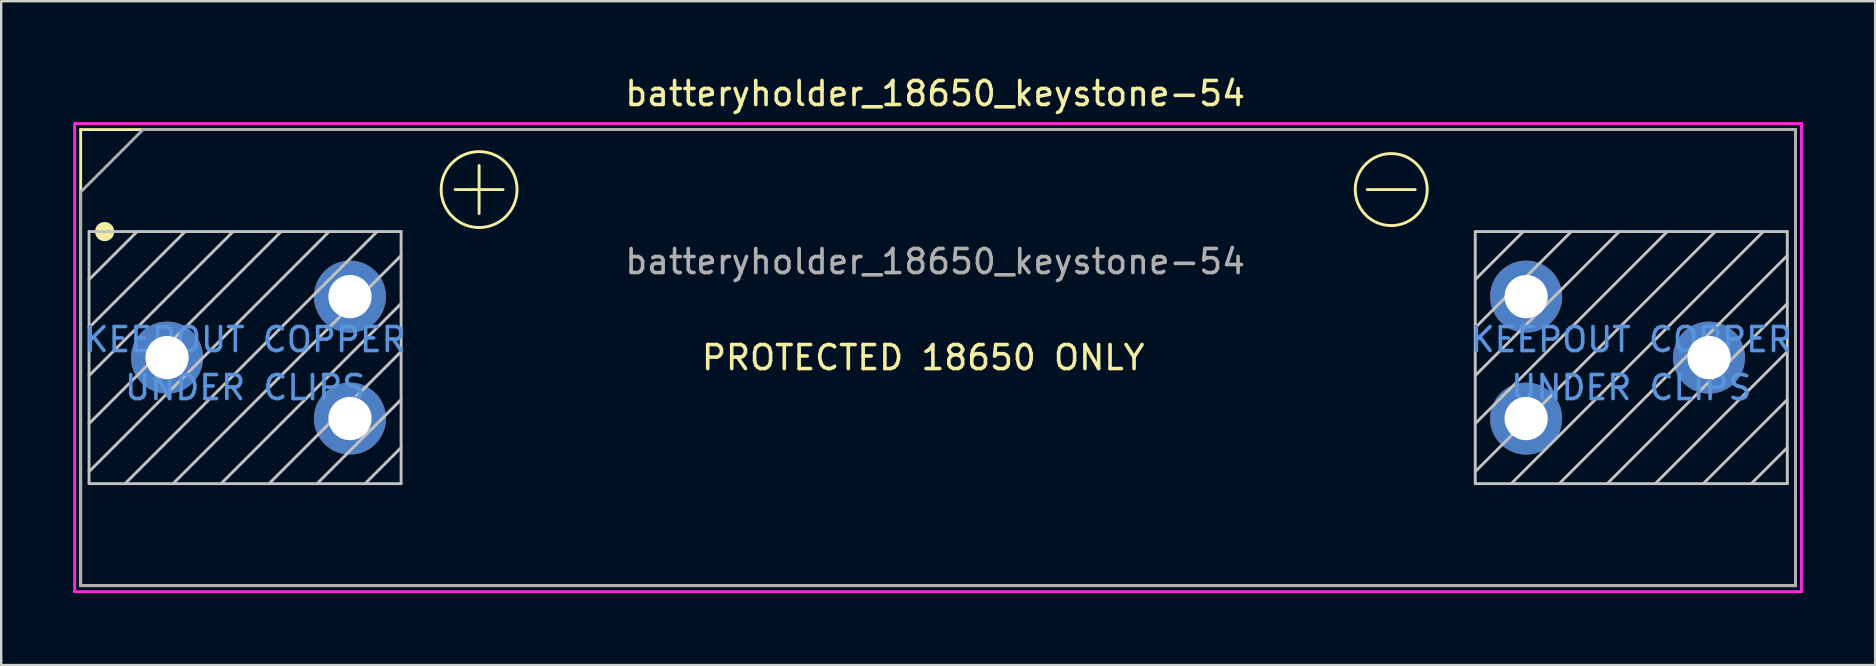
<source format=kicad_pcb>
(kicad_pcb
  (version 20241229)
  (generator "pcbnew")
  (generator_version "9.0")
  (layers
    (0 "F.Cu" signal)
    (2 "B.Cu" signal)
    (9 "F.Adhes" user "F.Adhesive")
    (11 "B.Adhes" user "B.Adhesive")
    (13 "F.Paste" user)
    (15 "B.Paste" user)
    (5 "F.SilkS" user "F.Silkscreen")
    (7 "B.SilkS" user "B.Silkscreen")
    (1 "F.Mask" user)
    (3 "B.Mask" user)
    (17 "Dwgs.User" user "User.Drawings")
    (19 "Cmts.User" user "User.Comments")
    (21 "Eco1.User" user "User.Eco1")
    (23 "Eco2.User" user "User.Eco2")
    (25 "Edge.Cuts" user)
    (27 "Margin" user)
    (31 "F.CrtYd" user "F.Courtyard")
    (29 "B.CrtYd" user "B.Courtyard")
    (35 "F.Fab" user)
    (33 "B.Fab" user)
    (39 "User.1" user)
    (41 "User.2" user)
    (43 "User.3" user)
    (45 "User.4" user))
  (footprint "batteryholder_18650_keystone-54"
    (layer "F.Cu")
    (at 3.91 11.848)
    (property "Reference" "batteryholder_18650_keystone-54" (at 32 -11 0) (unlocked yes) (layer "F.SilkS") (effects (font (size 1 1) (thickness 0.15))))
    (attr through_hole)
    (fp_line (start -3.6 -9.5) (end 67.84 -9.5) (stroke (width 0.12) (type solid)) (layer "F.SilkS"))
    (fp_line (start -3.6 9.5) (end -3.6 -9.5) (stroke (width 0.12) (type solid)) (layer "F.SilkS"))
    (fp_line (start 12 -7) (end 14 -7) (stroke (width 0.12) (type solid)) (layer "F.SilkS"))
    (fp_line (start 13 -8) (end 13 -6) (stroke (width 0.12) (type solid)) (layer "F.SilkS"))
    (fp_line (start 50 -7) (end 52 -7) (stroke (width 0.12) (type solid)) (layer "F.SilkS"))
    (fp_line (start 67.84 -9.5) (end 67.84 9.5) (stroke (width 0.12) (type solid)) (layer "F.SilkS"))
    (fp_line (start 67.84 9.5) (end -3.6 9.5) (stroke (width 0.12) (type solid)) (layer "F.SilkS"))
    (fp_circle (center -2.6 -5.25) (end -2.4 -5.25) (stroke (width 0.4) (type solid)) (fill no) (layer "F.SilkS"))
    (fp_circle (center 13 -7) (end 13.5 -8.5) (stroke (width 0.12) (type solid)) (fill no) (layer "F.SilkS"))
    (fp_circle (center 51 -7) (end 51 -8.5) (stroke (width 0.12) (type solid)) (fill no) (layer "F.SilkS"))
    (fp_line (start -3.25 -5.25) (end -3.25 5.25) (stroke (width 0.12) (type solid)) (layer "Dwgs.User"))
    (fp_line (start -3.25 -3.25) (end -1.25 -5.25) (stroke (width 0.12) (type solid)) (layer "Dwgs.User"))
    (fp_line (start -3.25 0.75) (end 2.75 -5.25) (stroke (width 0.12) (type solid)) (layer "Dwgs.User"))
    (fp_line (start -3.25 4.75) (end 6.75 -5.25) (stroke (width 0.12) (type solid)) (layer "Dwgs.User"))
    (fp_line (start -3.25 5.25) (end 9.75 5.25) (stroke (width 0.12) (type solid)) (layer "Dwgs.User"))
    (fp_line (start 0.25 5.25) (end 9.75 -4.25) (stroke (width 0.12) (type solid)) (layer "Dwgs.User"))
    (fp_line (start 0.75 -5.25) (end -3.25 -1.25) (stroke (width 0.12) (type solid)) (layer "Dwgs.User"))
    (fp_line (start 4.25 5.25) (end 9.75 -0.25) (stroke (width 0.12) (type solid)) (layer "Dwgs.User"))
    (fp_line (start 4.75 -5.25) (end -3.25 2.75) (stroke (width 0.12) (type solid)) (layer "Dwgs.User"))
    (fp_line (start 8.25 5.25) (end 9.75 3.75) (stroke (width 0.12) (type solid)) (layer "Dwgs.User"))
    (fp_line (start 8.75 -5.25) (end -1.75 5.25) (stroke (width 0.12) (type solid)) (layer "Dwgs.User"))
    (fp_line (start 9.75 -5.25) (end -3.25 -5.25) (stroke (width 0.12) (type solid)) (layer "Dwgs.User"))
    (fp_line (start 9.75 -2.25) (end 2.25 5.25) (stroke (width 0.12) (type solid)) (layer "Dwgs.User"))
    (fp_line (start 9.75 1.75) (end 6.25 5.25) (stroke (width 0.12) (type solid)) (layer "Dwgs.User"))
    (fp_line (start 9.75 5.25) (end 9.75 -5.25) (stroke (width 0.12) (type solid)) (layer "Dwgs.User"))
    (fp_line (start 54.5 -5.25) (end 54.5 5.25) (stroke (width 0.12) (type solid)) (layer "Dwgs.User"))
    (fp_line (start 54.5 -3.25) (end 56.5 -5.25) (stroke (width 0.12) (type solid)) (layer "Dwgs.User"))
    (fp_line (start 54.5 0.75) (end 60.5 -5.25) (stroke (width 0.12) (type solid)) (layer "Dwgs.User"))
    (fp_line (start 54.5 4.75) (end 64.5 -5.25) (stroke (width 0.12) (type solid)) (layer "Dwgs.User"))
    (fp_line (start 54.5 5.25) (end 67.5 5.25) (stroke (width 0.12) (type solid)) (layer "Dwgs.User"))
    (fp_line (start 58 5.25) (end 67.5 -4.25) (stroke (width 0.12) (type solid)) (layer "Dwgs.User"))
    (fp_line (start 58.5 -5.25) (end 54.5 -1.25) (stroke (width 0.12) (type solid)) (layer "Dwgs.User"))
    (fp_line (start 62 5.25) (end 67.5 -0.25) (stroke (width 0.12) (type solid)) (layer "Dwgs.User"))
    (fp_line (start 62.5 -5.25) (end 54.5 2.75) (stroke (width 0.12) (type solid)) (layer "Dwgs.User"))
    (fp_line (start 66 5.25) (end 67.5 3.75) (stroke (width 0.12) (type solid)) (layer "Dwgs.User"))
    (fp_line (start 66.5 -5.25) (end 56 5.25) (stroke (width 0.12) (type solid)) (layer "Dwgs.User"))
    (fp_line (start 67.5 -5.25) (end 54.5 -5.25) (stroke (width 0.12) (type solid)) (layer "Dwgs.User"))
    (fp_line (start 67.5 -2.25) (end 60 5.25) (stroke (width 0.12) (type solid)) (layer "Dwgs.User"))
    (fp_line (start 67.5 1.75) (end 64 5.25) (stroke (width 0.12) (type solid)) (layer "Dwgs.User"))
    (fp_line (start 67.5 5.25) (end 67.5 -5.25) (stroke (width 0.12) (type solid)) (layer "Dwgs.User"))
    (fp_line (start -3.85 -9.75) (end -3.85 9.75) (stroke (width 0.12) (type solid)) (layer "F.CrtYd"))
    (fp_line (start -3.85 9.75) (end 68.09 9.75) (stroke (width 0.12) (type solid)) (layer "F.CrtYd"))
    (fp_line (start 68.09 9.75) (end 68.09 -9.75) (stroke (width 0.12) (type solid)) (layer "F.CrtYd"))
    (fp_line (start 68.1 -9.75) (end -3.85 -9.75) (stroke (width 0.12) (type solid)) (layer "F.CrtYd"))
    (fp_line (start -3.6 -6.9) (end -3.6 9.5) (stroke (width 0.12) (type solid)) (layer "F.Fab"))
    (fp_line (start -3.6 -6.9) (end -1 -9.5) (stroke (width 0.12) (type solid)) (layer "F.Fab"))
    (fp_line (start -3.6 9.5) (end 67.84 9.5) (stroke (width 0.12) (type solid)) (layer "F.Fab"))
    (fp_line (start 67.84 -9.5) (end -1 -9.5) (stroke (width 0.12) (type solid)) (layer "F.Fab"))
    (fp_line (start 67.84 9.5) (end 67.84 -9.5) (stroke (width 0.12) (type solid)) (layer "F.Fab"))
    (fp_text user "PROTECTED 18650 ONLY" (at 31.5 0 0) (layer "F.SilkS") (effects (font (size 1 1) (thickness 0.15))))
    (fp_text user "UNDER CLIPS" (at 3.25 1.25 0) (layer "Cmts.User") (effects (font (size 1 1) (thickness 0.15))))
    (fp_text user "KEEPOUT COPPER" (at 61 -0.75 0) (layer "Cmts.User") (effects (font (size 1 1) (thickness 0.15))))
    (fp_text user "KEEPOUT COPPER" (at 3.25 -0.75 0) (layer "Cmts.User") (effects (font (size 1 1) (thickness 0.15))))
    (fp_text user "UNDER CLIPS" (at 61 1.25 0) (layer "Cmts.User") (effects (font (size 1 1) (thickness 0.15))))
    (fp_text user "${REFERENCE}" (at 32 -4 0) (layer "F.Fab") (effects (font (size 1 1) (thickness 0.15))))
    (pad "1" thru_hole circle (at 0 0) (size 3 3) (drill 1.8) (layers "*.Cu" "*.Mask"))
    (pad "2" thru_hole circle (at 7.62 -2.54) (size 3 3) (drill 1.8) (layers "*.Cu" "*.Mask"))
    (pad "3" thru_hole circle (at 7.62 2.54) (size 3 3) (drill 1.8) (layers "*.Cu" "*.Mask"))
    (pad "4" thru_hole circle (at 56.62 -2.54) (size 3 3) (drill 1.8) (layers "*.Cu" "*.Mask"))
    (pad "5" thru_hole circle (at 56.62 2.54) (size 3 3) (drill 1.8) (layers "*.Cu" "*.Mask"))
    (pad "6" thru_hole circle (at 64.24 0) (size 3 3) (drill 1.8) (layers "*.Cu" "*.Mask")))
  (gr_rect
    (start -3 -3)
    (end 75.07 24.658)
    (stroke (width 0.1) (type default))
    (fill no)
    (layer "Edge.Cuts")))
</source>
